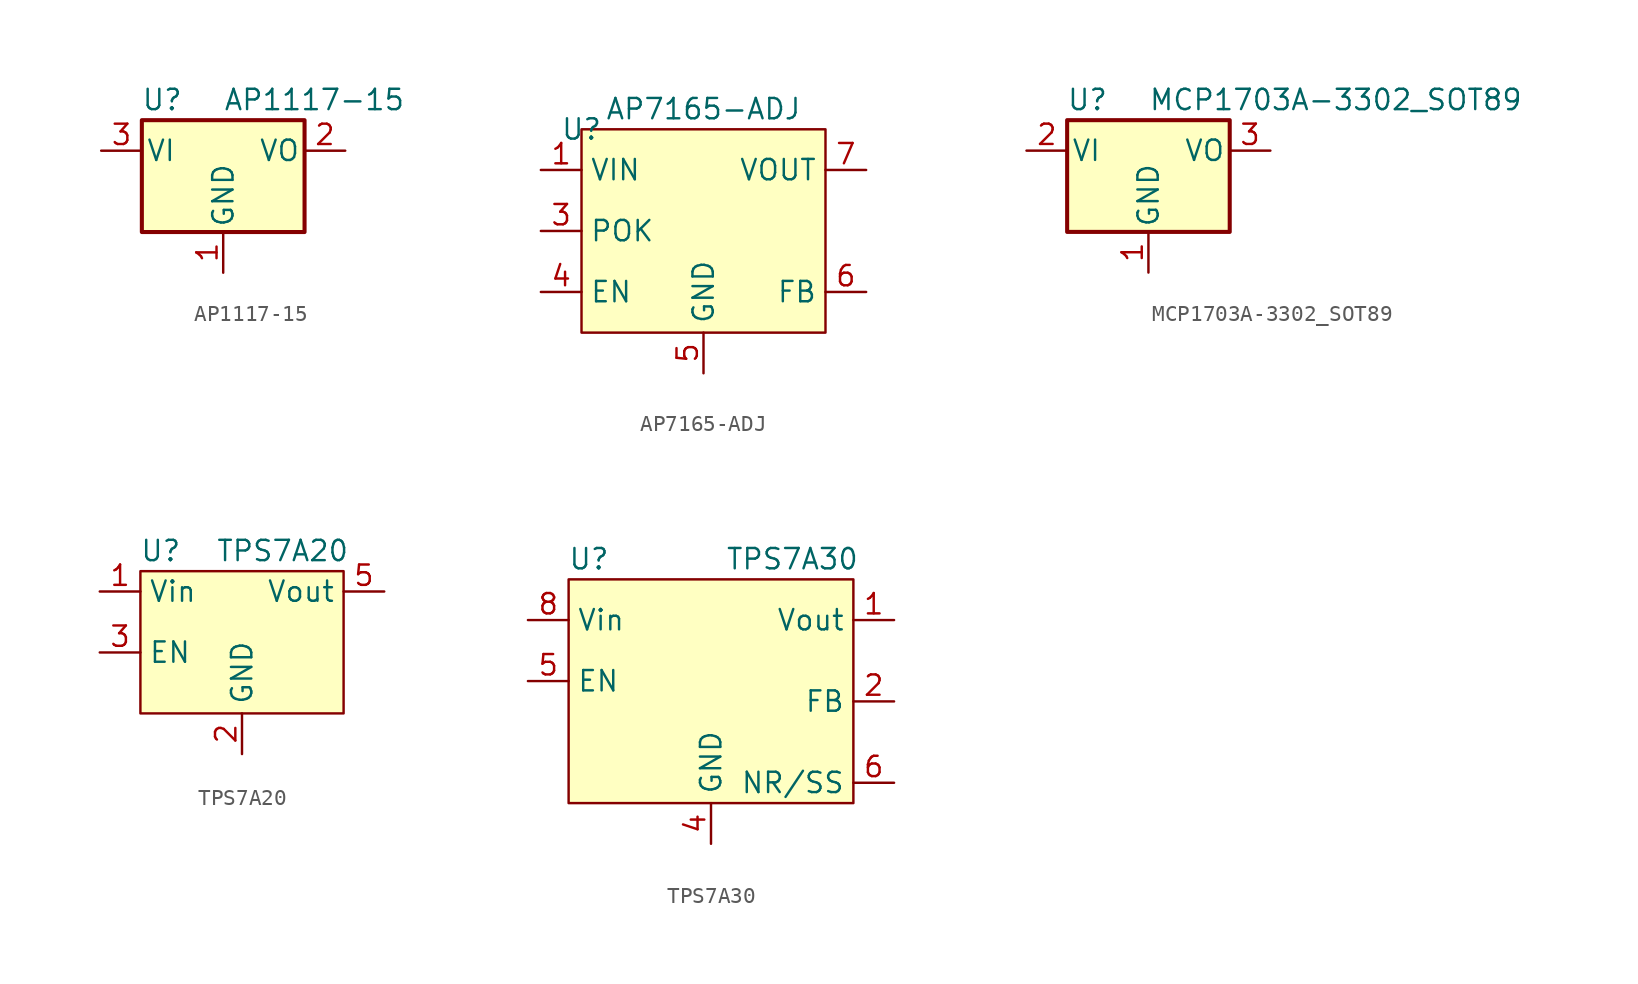
<source format=kicad_sym>
(kicad_symbol_lib
  (version 20220914)
  (generator kicad_symbol_editor)
  (symbol "AP1117-15"
    (pin_names
      (offset 0.254))
    (property "Reference" "U"
      (at -3.81 3.175 0)
      (effects (font (size 1.27 1.27))))
    (property "Value" "AP1117-15"
      (at 0 3.175 0)
      (effects (font (size 1.27 1.27)) (justify left)))
    (symbol "AP1117-15_0_1"
      (rectangle (start -5.08 -5.08) (end 5.08 1.905) (stroke (width 0.254) (type default)) (fill (type background))))
    (symbol "AP1117-15_1_1"
      (pin power_in line (at 0 -7.62 90) (length 2.54) (name "GND" (effects (font (size 1.27 1.27)))) (number "1" (effects (font (size 1.27 1.27)))))
      (pin power_out line (at 7.62 0 180) (length 2.54) (name "VO" (effects (font (size 1.27 1.27)))) (number "2" (effects (font (size 1.27 1.27)))))
      (pin power_in line (at -7.62 0 0) (length 2.54) (name "VI" (effects (font (size 1.27 1.27)))) (number "3" (effects (font (size 1.27 1.27)))))))
  (symbol "AP7165-ADJ"
    (property "Reference" "U"
      (at -7.62 6.35 0)
      (effects (font (size 1.27 1.27))))
    (property "Value" "AP7165-ADJ"
      (at 0 7.62 0)
      (effects (font (size 1.27 1.27))))
    (symbol "AP7165-ADJ_0_1"
      (rectangle (start -7.62 6.35) (end 7.62 -6.35) (stroke (width 0.152) (type default)) (fill (type background))))
    (symbol "AP7165-ADJ_1_1"
      (pin input line (at -10.16 3.81 0) (length 2.54) (name "VIN" (effects (font (size 1.27 1.27)))) (number "1" (effects (font (size 1.27 1.27)))))
      (pin input line (at -10.16 3.81 0) (length 2.54) hide (name "VIN" (effects (font (size 1.27 1.27)))) (number "2" (effects (font (size 1.27 1.27)))))
      (pin input line (at -10.16 0 0) (length 2.54) (name "POK" (effects (font (size 1.27 1.27)))) (number "3" (effects (font (size 1.27 1.27)))))
      (pin input line (at -10.16 -3.81 0) (length 2.54) (name "EN" (effects (font (size 1.27 1.27)))) (number "4" (effects (font (size 1.27 1.27)))))
      (pin input line (at 0 -8.89 90) (length 2.54) (name "GND" (effects (font (size 1.27 1.27)))) (number "5" (effects (font (size 1.27 1.27)))))
      (pin input line (at 10.16 -3.81 180) (length 2.54) (name "FB" (effects (font (size 1.27 1.27)))) (number "6" (effects (font (size 1.27 1.27)))))
      (pin input line (at 10.16 3.81 180) (length 2.54) (name "VOUT" (effects (font (size 1.27 1.27)))) (number "7" (effects (font (size 1.27 1.27)))))
      (pin input line (at 10.16 3.81 180) (length 2.54) hide (name "VOUT" (effects (font (size 1.27 1.27)))) (number "8" (effects (font (size 1.27 1.27)))))
      (pin input line (at 0 -8.89 90) (length 2.54) hide (name "GND" (effects (font (size 1.27 1.27)))) (number "9" (effects (font (size 1.27 1.27)))))))
  (symbol "MCP1703A-3302_SOT89"
    (pin_names
      (offset 0.254))
    (property "Reference" "U"
      (at -3.81 3.175 0)
      (effects (font (size 1.27 1.27))))
    (property "Value" "MCP1703A-3302_SOT89"
      (at 0 3.175 0)
      (effects (font (size 1.27 1.27)) (justify left)))
    (symbol "MCP1703A-3302_SOT89_0_1"
      (rectangle (start -5.08 -5.08) (end 5.08 1.905) (stroke (width 0.254) (type default)) (fill (type background))))
    (symbol "MCP1703A-3302_SOT89_1_1"
      (pin power_in line (at 0 -7.62 90) (length 2.54) (name "GND" (effects (font (size 1.27 1.27)))) (number "1" (effects (font (size 1.27 1.27)))))
      (pin power_in line (at -7.62 0 0) (length 2.54) (name "VI" (effects (font (size 1.27 1.27)))) (number "2" (effects (font (size 1.27 1.27)))))
      (pin power_out line (at 7.62 0 180) (length 2.54) (name "VO" (effects (font (size 1.27 1.27)))) (number "3" (effects (font (size 1.27 1.27)))))))
  (symbol "TPS7A20"
    (property "Reference" "U"
      (at -5.08 6.35 0)
      (effects (font (size 1.27 1.27))))
    (property "Value" "TPS7A20"
      (at 2.54 6.35 0)
      (effects (font (size 1.27 1.27))))
    (symbol "TPS7A20_1_1"
      (rectangle (start -6.35 5.08) (end 6.35 -3.81) (stroke (width 0) (type default)) (fill (type background)))
      (pin power_in line (at -8.89 3.81 0) (length 2.54) (name "Vin" (effects (font (size 1.27 1.27)))) (number "1" (effects (font (size 1.27 1.27)))))
      (pin power_out line (at 0 -6.35 90) (length 2.54) (name "GND" (effects (font (size 1.27 1.27)))) (number "2" (effects (font (size 1.27 1.27)))))
      (pin input line (at -8.89 0 0) (length 2.54) (name "EN" (effects (font (size 1.27 1.27)))) (number "3" (effects (font (size 1.27 1.27)))))
      (pin power_out line (at 2.54 -6.35 90) (length 2.54) hide (name "NC" (effects (font (size 1.27 1.27)))) (number "4" (effects (font (size 1.27 1.27)))))
      (pin power_out line (at 8.89 3.81 180) (length 2.54) (name "Vout" (effects (font (size 1.27 1.27)))) (number "5" (effects (font (size 1.27 1.27)))))))
  (symbol "TPS7A30"
    (property "Reference" "U"
      (at -7.62 10.16 0)
      (effects (font (size 1.27 1.27))))
    (property "Value" "TPS7A30"
      (at 5.08 10.16 0)
      (effects (font (size 1.27 1.27))))
    (symbol "TPS7A30_1_1"
      (rectangle (start -8.89 8.89) (end 8.89 -5.08) (stroke (width 0) (type default)) (fill (type background)))
      (pin power_out line (at 11.43 6.35 180) (length 2.54) (name "Vout" (effects (font (size 1.27 1.27)))) (number "1" (effects (font (size 1.27 1.27)))))
      (pin input line (at 11.43 1.27 180) (length 2.54) (name "FB" (effects (font (size 1.27 1.27)))) (number "2" (effects (font (size 1.27 1.27)))))
      (pin no_connect line (at -2.54 -7.62 90) (length 2.54) hide (name "NC" (effects (font (size 1.27 1.27)))) (number "3" (effects (font (size 1.27 1.27)))))
      (pin input line (at 0 -7.62 90) (length 2.54) (name "GND" (effects (font (size 1.27 1.27)))) (number "4" (effects (font (size 1.27 1.27)))))
      (pin input line (at -11.43 2.54 0) (length 2.54) (name "EN" (effects (font (size 1.27 1.27)))) (number "5" (effects (font (size 1.27 1.27)))))
      (pin input line (at 11.43 -3.81 180) (length 2.54) (name "NR/SS" (effects (font (size 1.27 1.27)))) (number "6" (effects (font (size 1.27 1.27)))))
      (pin no_connect line (at -2.54 -7.62 90) (length 2.54) hide (name "NC" (effects (font (size 1.27 1.27)))) (number "7" (effects (font (size 1.27 1.27)))))
      (pin power_in line (at -11.43 6.35 0) (length 2.54) (name "Vin" (effects (font (size 1.27 1.27)))) (number "8" (effects (font (size 1.27 1.27)))))
      (pin input line (at 0 -7.62 90) (length 2.54) hide (name "GND" (effects (font (size 1.27 1.27)))) (number "9" (effects (font (size 1.27 1.27))))))))
</source>
